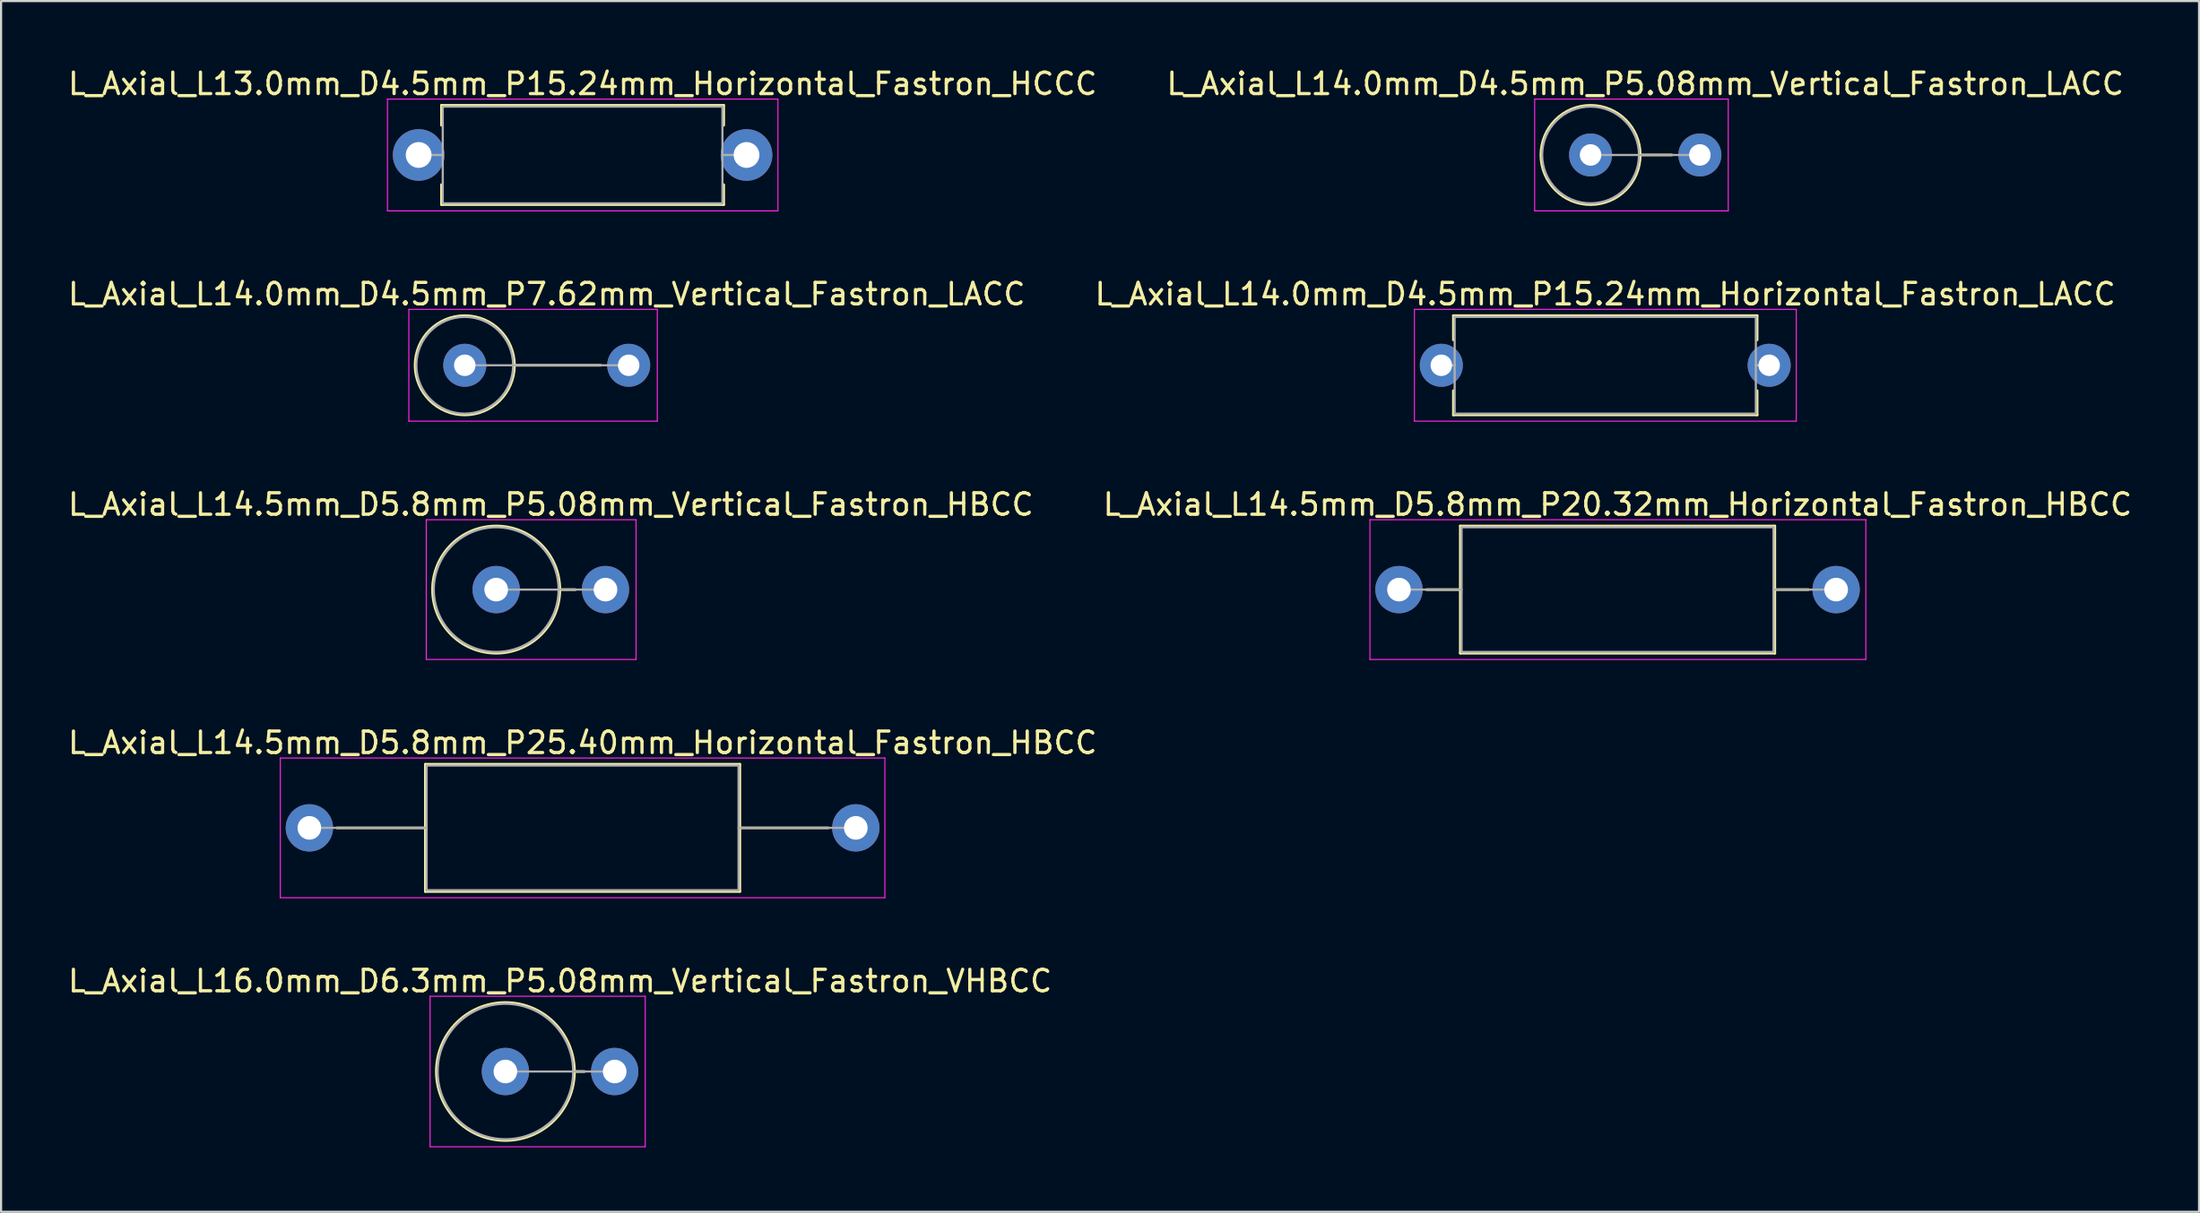
<source format=kicad_pcb>
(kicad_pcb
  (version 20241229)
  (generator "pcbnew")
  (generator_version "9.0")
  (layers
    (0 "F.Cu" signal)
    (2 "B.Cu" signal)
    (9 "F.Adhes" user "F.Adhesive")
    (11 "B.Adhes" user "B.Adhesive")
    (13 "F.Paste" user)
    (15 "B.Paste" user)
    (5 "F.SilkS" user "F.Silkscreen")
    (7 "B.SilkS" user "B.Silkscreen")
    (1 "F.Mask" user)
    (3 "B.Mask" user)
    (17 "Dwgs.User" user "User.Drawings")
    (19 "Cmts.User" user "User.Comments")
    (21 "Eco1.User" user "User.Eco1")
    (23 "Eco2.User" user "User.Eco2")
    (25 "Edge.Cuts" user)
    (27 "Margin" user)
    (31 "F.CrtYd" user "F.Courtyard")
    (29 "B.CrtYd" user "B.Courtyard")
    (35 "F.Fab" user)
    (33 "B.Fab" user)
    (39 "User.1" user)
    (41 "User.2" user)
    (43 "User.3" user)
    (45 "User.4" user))
  (footprint "L_Axial_L14.5mm_D5.8mm_P20.32mm_Horizontal_Fastron_HBCC"
    (layer "F.Cu")
    (at 61.977 24.375)
    (property "Reference" "L_Axial_L14.5mm_D5.8mm_P20.32mm_Horizontal_Fastron_HBCC" (at 10.16 -3.96 0) (layer "F.SilkS") (effects (font (size 1 1) (thickness 0.15))))
    (attr through_hole)
    (fp_line (start 1.28 0) (end 2.85 0) (stroke (width 0.12) (type solid)) (layer "F.SilkS"))
    (fp_line (start 2.85 -2.96) (end 2.85 2.96) (stroke (width 0.12) (type solid)) (layer "F.SilkS"))
    (fp_line (start 2.85 2.96) (end 17.47 2.96) (stroke (width 0.12) (type solid)) (layer "F.SilkS"))
    (fp_line (start 17.47 -2.96) (end 2.85 -2.96) (stroke (width 0.12) (type solid)) (layer "F.SilkS"))
    (fp_line (start 17.47 2.96) (end 17.47 -2.96) (stroke (width 0.12) (type solid)) (layer "F.SilkS"))
    (fp_line (start 19.04 0) (end 17.47 0) (stroke (width 0.12) (type solid)) (layer "F.SilkS"))
    (fp_line (start -1.35 -3.25) (end -1.35 3.25) (stroke (width 0.05) (type solid)) (layer "F.CrtYd"))
    (fp_line (start -1.35 3.25) (end 21.7 3.25) (stroke (width 0.05) (type solid)) (layer "F.CrtYd"))
    (fp_line (start 21.7 -3.25) (end -1.35 -3.25) (stroke (width 0.05) (type solid)) (layer "F.CrtYd"))
    (fp_line (start 21.7 3.25) (end 21.7 -3.25) (stroke (width 0.05) (type solid)) (layer "F.CrtYd"))
    (fp_line (start 0 0) (end 2.91 0) (stroke (width 0.1) (type solid)) (layer "F.Fab"))
    (fp_line (start 2.91 -2.9) (end 2.91 2.9) (stroke (width 0.1) (type solid)) (layer "F.Fab"))
    (fp_line (start 2.91 2.9) (end 17.41 2.9) (stroke (width 0.1) (type solid)) (layer "F.Fab"))
    (fp_line (start 17.41 -2.9) (end 2.91 -2.9) (stroke (width 0.1) (type solid)) (layer "F.Fab"))
    (fp_line (start 17.41 2.9) (end 17.41 -2.9) (stroke (width 0.1) (type solid)) (layer "F.Fab"))
    (fp_line (start 20.32 0) (end 17.41 0) (stroke (width 0.1) (type solid)) (layer "F.Fab"))
    (pad "1" thru_hole circle (at 0 0) (size 2.2 2.2) (drill 1.1) (layers "*.Cu" "*.Mask"))
    (pad "2" thru_hole oval (at 20.32 0) (size 2.2 2.2) (drill 1.1) (layers "*.Cu" "*.Mask")))
  (footprint "L_Axial_L14.0mm_D4.5mm_P7.62mm_Vertical_Fastron_LACC"
    (layer "F.Cu")
    (at 18.553 13.941)
    (property "Reference" "L_Axial_L14.0mm_D4.5mm_P7.62mm_Vertical_Fastron_LACC" (at 3.81 -3.31 0) (layer "F.SilkS") (effects (font (size 1 1) (thickness 0.15))))
    (attr through_hole)
    (fp_line (start 2.31 0) (end 6.32 0) (stroke (width 0.12) (type solid)) (layer "F.SilkS"))
    (fp_circle (center 0 0) (end 2.31 0) (stroke (width 0.12) (type solid)) (fill no) (layer "F.SilkS"))
    (fp_line (start -2.6 -2.6) (end -2.6 2.6) (stroke (width 0.05) (type solid)) (layer "F.CrtYd"))
    (fp_line (start -2.6 2.6) (end 8.95 2.6) (stroke (width 0.05) (type solid)) (layer "F.CrtYd"))
    (fp_line (start 8.95 -2.6) (end -2.6 -2.6) (stroke (width 0.05) (type solid)) (layer "F.CrtYd"))
    (fp_line (start 8.95 2.6) (end 8.95 -2.6) (stroke (width 0.05) (type solid)) (layer "F.CrtYd"))
    (fp_line (start 0 0) (end 7.62 0) (stroke (width 0.1) (type solid)) (layer "F.Fab"))
    (fp_circle (center 0 0) (end 2.25 0) (stroke (width 0.1) (type solid)) (fill no) (layer "F.Fab"))
    (pad "1" thru_hole circle (at 0 0) (size 2 2) (drill 1) (layers "*.Cu" "*.Mask"))
    (pad "2" thru_hole oval (at 7.62 0) (size 2 2) (drill 1) (layers "*.Cu" "*.Mask")))
  (footprint "L_Axial_L14.5mm_D5.8mm_P5.08mm_Vertical_Fastron_HBCC"
    (layer "F.Cu")
    (at 20.014 24.375)
    (property "Reference" "L_Axial_L14.5mm_D5.8mm_P5.08mm_Vertical_Fastron_HBCC" (at 2.54 -3.96 0) (layer "F.SilkS") (effects (font (size 1 1) (thickness 0.15))))
    (attr through_hole)
    (fp_line (start 2.96 0) (end 3.68 0) (stroke (width 0.12) (type solid)) (layer "F.SilkS"))
    (fp_circle (center 0 0) (end 2.96 0) (stroke (width 0.12) (type solid)) (fill no) (layer "F.SilkS"))
    (fp_line (start -3.25 -3.25) (end -3.25 3.25) (stroke (width 0.05) (type solid)) (layer "F.CrtYd"))
    (fp_line (start -3.25 3.25) (end 6.5 3.25) (stroke (width 0.05) (type solid)) (layer "F.CrtYd"))
    (fp_line (start 6.5 -3.25) (end -3.25 -3.25) (stroke (width 0.05) (type solid)) (layer "F.CrtYd"))
    (fp_line (start 6.5 3.25) (end 6.5 -3.25) (stroke (width 0.05) (type solid)) (layer "F.CrtYd"))
    (fp_line (start 0 0) (end 5.08 0) (stroke (width 0.1) (type solid)) (layer "F.Fab"))
    (fp_circle (center 0 0) (end 2.9 0) (stroke (width 0.1) (type solid)) (fill no) (layer "F.Fab"))
    (pad "1" thru_hole circle (at 0 0) (size 2.2 2.2) (drill 1.1) (layers "*.Cu" "*.Mask"))
    (pad "2" thru_hole oval (at 5.08 0) (size 2.2 2.2) (drill 1.1) (layers "*.Cu" "*.Mask")))
  (footprint "L_Axial_L14.5mm_D5.8mm_P25.40mm_Horizontal_Fastron_HBCC"
    (layer "F.Cu")
    (at 11.33 35.458)
    (property "Reference" "L_Axial_L14.5mm_D5.8mm_P25.40mm_Horizontal_Fastron_HBCC" (at 12.7 -3.96 0) (layer "F.SilkS") (effects (font (size 1 1) (thickness 0.15))))
    (attr through_hole)
    (fp_line (start 1.28 0) (end 5.39 0) (stroke (width 0.12) (type solid)) (layer "F.SilkS"))
    (fp_line (start 5.39 -2.96) (end 5.39 2.96) (stroke (width 0.12) (type solid)) (layer "F.SilkS"))
    (fp_line (start 5.39 2.96) (end 20.01 2.96) (stroke (width 0.12) (type solid)) (layer "F.SilkS"))
    (fp_line (start 20.01 -2.96) (end 5.39 -2.96) (stroke (width 0.12) (type solid)) (layer "F.SilkS"))
    (fp_line (start 20.01 2.96) (end 20.01 -2.96) (stroke (width 0.12) (type solid)) (layer "F.SilkS"))
    (fp_line (start 24.12 0) (end 20.01 0) (stroke (width 0.12) (type solid)) (layer "F.SilkS"))
    (fp_line (start -1.35 -3.25) (end -1.35 3.25) (stroke (width 0.05) (type solid)) (layer "F.CrtYd"))
    (fp_line (start -1.35 3.25) (end 26.75 3.25) (stroke (width 0.05) (type solid)) (layer "F.CrtYd"))
    (fp_line (start 26.75 -3.25) (end -1.35 -3.25) (stroke (width 0.05) (type solid)) (layer "F.CrtYd"))
    (fp_line (start 26.75 3.25) (end 26.75 -3.25) (stroke (width 0.05) (type solid)) (layer "F.CrtYd"))
    (fp_line (start 0 0) (end 5.45 0) (stroke (width 0.1) (type solid)) (layer "F.Fab"))
    (fp_line (start 5.45 -2.9) (end 5.45 2.9) (stroke (width 0.1) (type solid)) (layer "F.Fab"))
    (fp_line (start 5.45 2.9) (end 19.95 2.9) (stroke (width 0.1) (type solid)) (layer "F.Fab"))
    (fp_line (start 19.95 -2.9) (end 5.45 -2.9) (stroke (width 0.1) (type solid)) (layer "F.Fab"))
    (fp_line (start 19.95 2.9) (end 19.95 -2.9) (stroke (width 0.1) (type solid)) (layer "F.Fab"))
    (fp_line (start 25.4 0) (end 19.95 0) (stroke (width 0.1) (type solid)) (layer "F.Fab"))
    (pad "1" thru_hole circle (at 0 0) (size 2.2 2.2) (drill 1.1) (layers "*.Cu" "*.Mask"))
    (pad "2" thru_hole oval (at 25.4 0) (size 2.2 2.2) (drill 1.1) (layers "*.Cu" "*.Mask")))
  (footprint "L_Axial_L13.0mm_D4.5mm_P15.24mm_Horizontal_Fastron_HCCC"
    (layer "F.Cu")
    (at 16.41 4.158)
    (property "Reference" "L_Axial_L13.0mm_D4.5mm_P15.24mm_Horizontal_Fastron_HCCC" (at 7.62 -3.31 0) (layer "F.SilkS") (effects (font (size 1 1) (thickness 0.15))))
    (attr through_hole)
    (fp_line (start 1.06 -2.31) (end 14.18 -2.31) (stroke (width 0.12) (type solid)) (layer "F.SilkS"))
    (fp_line (start 1.06 -1.38) (end 1.06 -2.31) (stroke (width 0.12) (type solid)) (layer "F.SilkS"))
    (fp_line (start 1.06 1.38) (end 1.06 2.31) (stroke (width 0.12) (type solid)) (layer "F.SilkS"))
    (fp_line (start 1.06 2.31) (end 14.18 2.31) (stroke (width 0.12) (type solid)) (layer "F.SilkS"))
    (fp_line (start 14.18 -2.31) (end 14.18 -1.38) (stroke (width 0.12) (type solid)) (layer "F.SilkS"))
    (fp_line (start 14.18 2.31) (end 14.18 1.38) (stroke (width 0.12) (type solid)) (layer "F.SilkS"))
    (fp_line (start -1.45 -2.6) (end -1.45 2.6) (stroke (width 0.05) (type solid)) (layer "F.CrtYd"))
    (fp_line (start -1.45 2.6) (end 16.7 2.6) (stroke (width 0.05) (type solid)) (layer "F.CrtYd"))
    (fp_line (start 16.7 -2.6) (end -1.45 -2.6) (stroke (width 0.05) (type solid)) (layer "F.CrtYd"))
    (fp_line (start 16.7 2.6) (end 16.7 -2.6) (stroke (width 0.05) (type solid)) (layer "F.CrtYd"))
    (fp_line (start 0 0) (end 1.12 0) (stroke (width 0.1) (type solid)) (layer "F.Fab"))
    (fp_line (start 1.12 -2.25) (end 1.12 2.25) (stroke (width 0.1) (type solid)) (layer "F.Fab"))
    (fp_line (start 1.12 2.25) (end 14.12 2.25) (stroke (width 0.1) (type solid)) (layer "F.Fab"))
    (fp_line (start 14.12 -2.25) (end 1.12 -2.25) (stroke (width 0.1) (type solid)) (layer "F.Fab"))
    (fp_line (start 14.12 2.25) (end 14.12 -2.25) (stroke (width 0.1) (type solid)) (layer "F.Fab"))
    (fp_line (start 15.24 0) (end 14.12 0) (stroke (width 0.1) (type solid)) (layer "F.Fab"))
    (pad "1" thru_hole circle (at 0 0) (size 2.4 2.4) (drill 1.2) (layers "*.Cu" "*.Mask"))
    (pad "2" thru_hole oval (at 15.24 0) (size 2.4 2.4) (drill 1.2) (layers "*.Cu" "*.Mask")))
  (footprint "L_Axial_L14.0mm_D4.5mm_P15.24mm_Horizontal_Fastron_LACC"
    (layer "F.Cu")
    (at 63.945 13.941)
    (property "Reference" "L_Axial_L14.0mm_D4.5mm_P15.24mm_Horizontal_Fastron_LACC" (at 7.62 -3.31 0) (layer "F.SilkS") (effects (font (size 1 1) (thickness 0.15))))
    (attr through_hole)
    (fp_line (start 0.56 -2.31) (end 14.68 -2.31) (stroke (width 0.12) (type solid)) (layer "F.SilkS"))
    (fp_line (start 0.56 -1.18) (end 0.56 -2.31) (stroke (width 0.12) (type solid)) (layer "F.SilkS"))
    (fp_line (start 0.56 1.18) (end 0.56 2.31) (stroke (width 0.12) (type solid)) (layer "F.SilkS"))
    (fp_line (start 0.56 2.31) (end 14.68 2.31) (stroke (width 0.12) (type solid)) (layer "F.SilkS"))
    (fp_line (start 14.68 -2.31) (end 14.68 -1.18) (stroke (width 0.12) (type solid)) (layer "F.SilkS"))
    (fp_line (start 14.68 2.31) (end 14.68 1.18) (stroke (width 0.12) (type solid)) (layer "F.SilkS"))
    (fp_line (start -1.25 -2.6) (end -1.25 2.6) (stroke (width 0.05) (type solid)) (layer "F.CrtYd"))
    (fp_line (start -1.25 2.6) (end 16.5 2.6) (stroke (width 0.05) (type solid)) (layer "F.CrtYd"))
    (fp_line (start 16.5 -2.6) (end -1.25 -2.6) (stroke (width 0.05) (type solid)) (layer "F.CrtYd"))
    (fp_line (start 16.5 2.6) (end 16.5 -2.6) (stroke (width 0.05) (type solid)) (layer "F.CrtYd"))
    (fp_line (start 0 0) (end 0.62 0) (stroke (width 0.1) (type solid)) (layer "F.Fab"))
    (fp_line (start 0.62 -2.25) (end 0.62 2.25) (stroke (width 0.1) (type solid)) (layer "F.Fab"))
    (fp_line (start 0.62 2.25) (end 14.62 2.25) (stroke (width 0.1) (type solid)) (layer "F.Fab"))
    (fp_line (start 14.62 -2.25) (end 0.62 -2.25) (stroke (width 0.1) (type solid)) (layer "F.Fab"))
    (fp_line (start 14.62 2.25) (end 14.62 -2.25) (stroke (width 0.1) (type solid)) (layer "F.Fab"))
    (fp_line (start 15.24 0) (end 14.62 0) (stroke (width 0.1) (type solid)) (layer "F.Fab"))
    (pad "1" thru_hole circle (at 0 0) (size 2 2) (drill 1) (layers "*.Cu" "*.Mask"))
    (pad "2" thru_hole oval (at 15.24 0) (size 2 2) (drill 1) (layers "*.Cu" "*.Mask")))
  (footprint "L_Axial_L14.0mm_D4.5mm_P5.08mm_Vertical_Fastron_LACC"
    (layer "F.Cu")
    (at 70.883 4.158)
    (property "Reference" "L_Axial_L14.0mm_D4.5mm_P5.08mm_Vertical_Fastron_LACC" (at 2.54 -3.31 0) (layer "F.SilkS") (effects (font (size 1 1) (thickness 0.15))))
    (attr through_hole)
    (fp_line (start 2.31 0) (end 3.78 0) (stroke (width 0.12) (type solid)) (layer "F.SilkS"))
    (fp_circle (center 0 0) (end 2.31 0) (stroke (width 0.12) (type solid)) (fill no) (layer "F.SilkS"))
    (fp_line (start -2.6 -2.6) (end -2.6 2.6) (stroke (width 0.05) (type solid)) (layer "F.CrtYd"))
    (fp_line (start -2.6 2.6) (end 6.4 2.6) (stroke (width 0.05) (type solid)) (layer "F.CrtYd"))
    (fp_line (start 6.4 -2.6) (end -2.6 -2.6) (stroke (width 0.05) (type solid)) (layer "F.CrtYd"))
    (fp_line (start 6.4 2.6) (end 6.4 -2.6) (stroke (width 0.05) (type solid)) (layer "F.CrtYd"))
    (fp_line (start 0 0) (end 5.08 0) (stroke (width 0.1) (type solid)) (layer "F.Fab"))
    (fp_circle (center 0 0) (end 2.25 0) (stroke (width 0.1) (type solid)) (fill no) (layer "F.Fab"))
    (pad "1" thru_hole circle (at 0 0) (size 2 2) (drill 1) (layers "*.Cu" "*.Mask"))
    (pad "2" thru_hole oval (at 5.08 0) (size 2 2) (drill 1) (layers "*.Cu" "*.Mask")))
  (footprint "L_Axial_L16.0mm_D6.3mm_P5.08mm_Vertical_Fastron_VHBCC"
    (layer "F.Cu")
    (at 20.442 46.791)
    (property "Reference" "L_Axial_L16.0mm_D6.3mm_P5.08mm_Vertical_Fastron_VHBCC" (at 2.54 -4.21 0) (layer "F.SilkS") (effects (font (size 1 1) (thickness 0.15))))
    (attr through_hole)
    (fp_line (start 3.21 0) (end 3.68 0) (stroke (width 0.12) (type solid)) (layer "F.SilkS"))
    (fp_circle (center 0 0) (end 3.21 0) (stroke (width 0.12) (type solid)) (fill no) (layer "F.SilkS"))
    (fp_line (start -3.5 -3.5) (end -3.5 3.5) (stroke (width 0.05) (type solid)) (layer "F.CrtYd"))
    (fp_line (start -3.5 3.5) (end 6.5 3.5) (stroke (width 0.05) (type solid)) (layer "F.CrtYd"))
    (fp_line (start 6.5 -3.5) (end -3.5 -3.5) (stroke (width 0.05) (type solid)) (layer "F.CrtYd"))
    (fp_line (start 6.5 3.5) (end 6.5 -3.5) (stroke (width 0.05) (type solid)) (layer "F.CrtYd"))
    (fp_line (start 0 0) (end 5.08 0) (stroke (width 0.1) (type solid)) (layer "F.Fab"))
    (fp_circle (center 0 0) (end 3.15 0) (stroke (width 0.1) (type solid)) (fill no) (layer "F.Fab"))
    (pad "1" thru_hole circle (at 0 0) (size 2.2 2.2) (drill 1.1) (layers "*.Cu" "*.Mask"))
    (pad "2" thru_hole oval (at 5.08 0) (size 2.2 2.2) (drill 1.1) (layers "*.Cu" "*.Mask")))
  (gr_rect
    (start -3 -3)
    (end 99.167 53.316)
    (stroke (width 0.1) (type default))
    (fill no)
    (layer "Edge.Cuts")))
</source>
